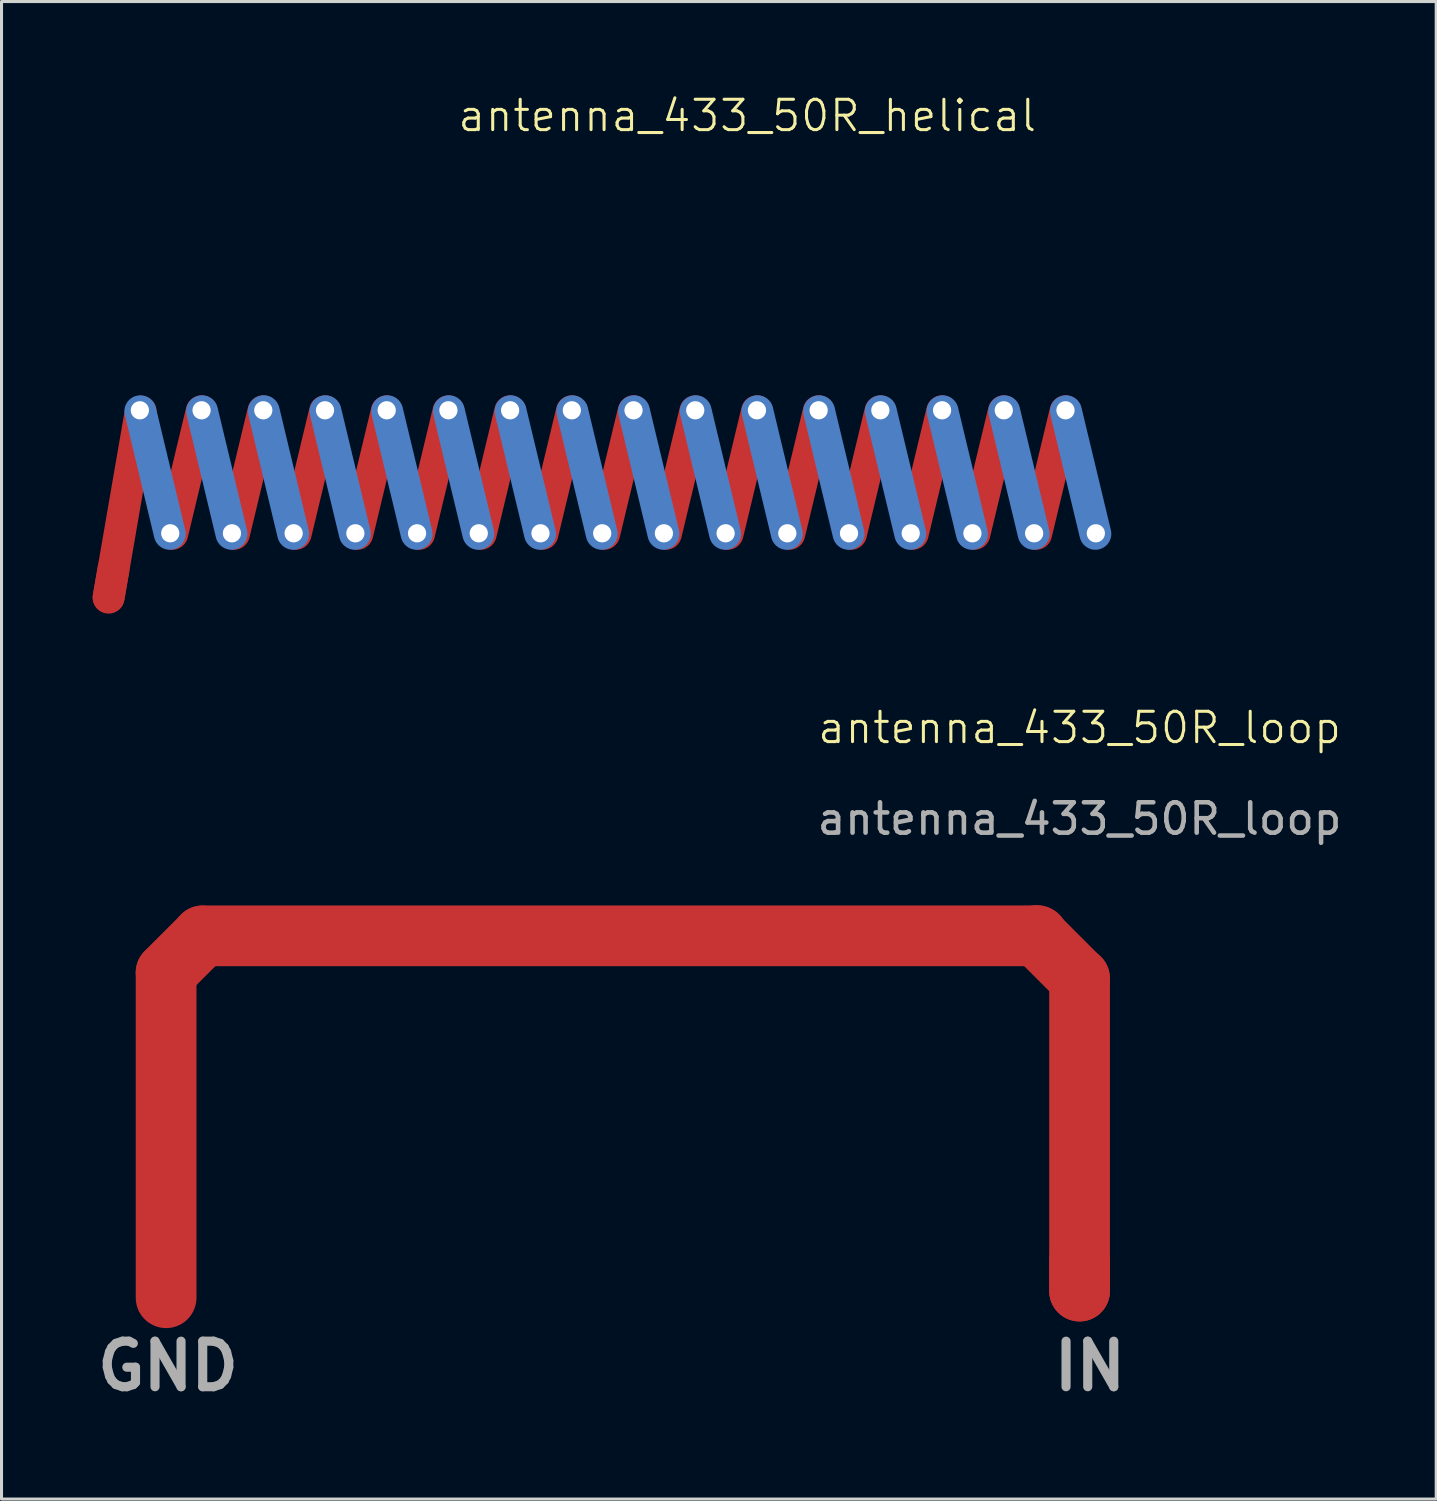
<source format=kicad_pcb>
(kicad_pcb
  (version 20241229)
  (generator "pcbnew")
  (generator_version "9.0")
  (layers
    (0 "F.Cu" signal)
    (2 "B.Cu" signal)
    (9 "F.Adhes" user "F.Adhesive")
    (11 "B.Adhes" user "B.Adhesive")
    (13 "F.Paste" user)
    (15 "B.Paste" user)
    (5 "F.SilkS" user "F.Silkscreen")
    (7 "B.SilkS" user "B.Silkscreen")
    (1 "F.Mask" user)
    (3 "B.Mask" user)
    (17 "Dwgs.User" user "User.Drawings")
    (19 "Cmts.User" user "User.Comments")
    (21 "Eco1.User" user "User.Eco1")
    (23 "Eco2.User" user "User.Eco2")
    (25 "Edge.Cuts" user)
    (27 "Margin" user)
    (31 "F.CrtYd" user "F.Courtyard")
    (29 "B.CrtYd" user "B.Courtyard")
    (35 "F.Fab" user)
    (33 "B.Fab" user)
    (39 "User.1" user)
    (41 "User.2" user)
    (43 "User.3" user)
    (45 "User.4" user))
  (footprint "antenna_433_50R_helical"
    (layer "F.Cu")
    (at 21.556 15.261)
    (property "Reference" "antenna_433_50R_helical" (at 0 -14.5 0) (unlocked yes) (layer "F.SilkS") (effects (font (size 1 1) (thickness 0.1))))
    (attr smd)
    (pad "1" smd oval (at -20.95 0.9 80.2) (size 2 1.05) (layers "F.Cu"))
    (pad "1" smd oval (at -20.5 -1.7 80.2) (size 7.25 1.05) (layers "F.Cu"))
    (pad "1" thru_hole circle (at -20 -4.8) (size 0.9 0.9) (drill 0.6) (layers "*.Cu"))
    (pad "1" smd oval (at -19.5 -2.75 283.5) (size 5.2 1.05) (layers "B.Cu"))
    (pad "1" thru_hole circle (at -19 -0.75) (size 0.9 0.9) (drill 0.6) (layers "*.Cu"))
    (pad "1" smd oval (at -18.45 -2.75 76.5) (size 5.2 1.05) (layers "F.Cu"))
    (pad "1" thru_hole circle (at -17.968 -4.8) (size 0.9 0.9) (drill 0.6) (layers "*.Cu"))
    (pad "1" smd oval (at -17.468 -2.75 283.5) (size 5.2 1.05) (layers "B.Cu"))
    (pad "1" thru_hole circle (at -16.968 -0.75) (size 0.9 0.9) (drill 0.6) (layers "*.Cu"))
    (pad "1" smd oval (at -16.418 -2.75 76.5) (size 5.2 1.05) (layers "F.Cu"))
    (pad "1" thru_hole circle (at -15.936 -4.8) (size 0.9 0.9) (drill 0.6) (layers "*.Cu"))
    (pad "1" smd oval (at -15.436 -2.75 283.5) (size 5.2 1.05) (layers "B.Cu"))
    (pad "1" thru_hole circle (at -14.936 -0.75) (size 0.9 0.9) (drill 0.6) (layers "*.Cu"))
    (pad "1" smd oval (at -14.386 -2.75 76.5) (size 5.2 1.05) (layers "F.Cu"))
    (pad "1" thru_hole circle (at -13.904 -4.8) (size 0.9 0.9) (drill 0.6) (layers "*.Cu"))
    (pad "1" smd oval (at -13.404 -2.75 283.5) (size 5.2 1.05) (layers "B.Cu"))
    (pad "1" thru_hole circle (at -12.904 -0.75) (size 0.9 0.9) (drill 0.6) (layers "*.Cu"))
    (pad "1" smd oval (at -12.354 -2.75 76.5) (size 5.2 1.05) (layers "F.Cu"))
    (pad "1" thru_hole circle (at -11.872 -4.8) (size 0.9 0.9) (drill 0.6) (layers "*.Cu"))
    (pad "1" smd oval (at -11.372 -2.75 283.5) (size 5.2 1.05) (layers "B.Cu"))
    (pad "1" thru_hole circle (at -10.872 -0.75) (size 0.9 0.9) (drill 0.6) (layers "*.Cu"))
    (pad "1" smd oval (at -10.322 -2.75 76.5) (size 5.2 1.05) (layers "F.Cu"))
    (pad "1" thru_hole circle (at -9.84 -4.8) (size 0.9 0.9) (drill 0.6) (layers "*.Cu"))
    (pad "1" smd oval (at -9.34 -2.75 283.5) (size 5.2 1.05) (layers "B.Cu"))
    (pad "1" thru_hole circle (at -8.84 -0.75) (size 0.9 0.9) (drill 0.6) (layers "*.Cu"))
    (pad "1" smd oval (at -8.29 -2.75 76.5) (size 5.2 1.05) (layers "F.Cu"))
    (pad "1" thru_hole circle (at -7.808 -4.8) (size 0.9 0.9) (drill 0.6) (layers "*.Cu"))
    (pad "1" smd oval (at -7.308 -2.75 283.5) (size 5.2 1.05) (layers "B.Cu"))
    (pad "1" thru_hole circle (at -6.808 -0.75) (size 0.9 0.9) (drill 0.6) (layers "*.Cu"))
    (pad "1" smd oval (at -6.258 -2.75 76.5) (size 5.2 1.05) (layers "F.Cu"))
    (pad "1" thru_hole circle (at -5.776 -4.8) (size 0.9 0.9) (drill 0.6) (layers "*.Cu"))
    (pad "1" smd oval (at -5.276 -2.75 283.5) (size 5.2 1.05) (layers "B.Cu"))
    (pad "1" thru_hole circle (at -4.776 -0.75) (size 0.9 0.9) (drill 0.6) (layers "*.Cu"))
    (pad "1" smd oval (at -4.226 -2.75 76.5) (size 5.2 1.05) (layers "F.Cu"))
    (pad "1" thru_hole circle (at -3.744 -4.8) (size 0.9 0.9) (drill 0.6) (layers "*.Cu"))
    (pad "1" smd oval (at -3.244 -2.75 283.5) (size 5.2 1.05) (layers "B.Cu"))
    (pad "1" thru_hole circle (at -2.744 -0.75) (size 0.9 0.9) (drill 0.6) (layers "*.Cu"))
    (pad "1" smd oval (at -2.194 -2.75 76.5) (size 5.2 1.05) (layers "F.Cu"))
    (pad "1" thru_hole circle (at -1.712 -4.8) (size 0.9 0.9) (drill 0.6) (layers "*.Cu"))
    (pad "1" smd oval (at -1.212 -2.75 283.5) (size 5.2 1.05) (layers "B.Cu"))
    (pad "1" thru_hole circle (at -0.712 -0.75) (size 0.9 0.9) (drill 0.6) (layers "*.Cu"))
    (pad "1" smd oval (at -0.162 -2.75 76.5) (size 5.2 1.05) (layers "F.Cu"))
    (pad "1" thru_hole circle (at 0.32 -4.8) (size 0.9 0.9) (drill 0.6) (layers "*.Cu"))
    (pad "1" smd oval (at 0.82 -2.75 283.5) (size 5.2 1.05) (layers "B.Cu"))
    (pad "1" thru_hole circle (at 1.32 -0.75) (size 0.9 0.9) (drill 0.6) (layers "*.Cu"))
    (pad "1" smd oval (at 1.87 -2.75 76.5) (size 5.2 1.05) (layers "F.Cu"))
    (pad "1" thru_hole circle (at 2.352 -4.8) (size 0.9 0.9) (drill 0.6) (layers "*.Cu"))
    (pad "1" smd oval (at 2.852 -2.75 283.5) (size 5.2 1.05) (layers "B.Cu"))
    (pad "1" thru_hole circle (at 3.352 -0.75) (size 0.9 0.9) (drill 0.6) (layers "*.Cu"))
    (pad "1" smd oval (at 3.902 -2.75 76.5) (size 5.2 1.05) (layers "F.Cu"))
    (pad "1" thru_hole circle (at 4.384 -4.8) (size 0.9 0.9) (drill 0.6) (layers "*.Cu"))
    (pad "1" smd oval (at 4.884 -2.75 283.5) (size 5.2 1.05) (layers "B.Cu"))
    (pad "1" thru_hole circle (at 5.384 -0.75) (size 0.9 0.9) (drill 0.6) (layers "*.Cu"))
    (pad "1" smd oval (at 5.934 -2.75 76.5) (size 5.2 1.05) (layers "F.Cu"))
    (pad "1" thru_hole circle (at 6.416 -4.8) (size 0.9 0.9) (drill 0.6) (layers "*.Cu"))
    (pad "1" smd oval (at 6.916 -2.75 283.5) (size 5.2 1.05) (layers "B.Cu"))
    (pad "1" thru_hole circle (at 7.416 -0.75) (size 0.9 0.9) (drill 0.6) (layers "*.Cu"))
    (pad "1" smd oval (at 7.966 -2.75 76.5) (size 5.2 1.05) (layers "F.Cu"))
    (pad "1" thru_hole circle (at 8.448 -4.8) (size 0.9 0.9) (drill 0.6) (layers "*.Cu"))
    (pad "1" smd oval (at 8.948 -2.75 283.5) (size 5.2 1.05) (layers "B.Cu"))
    (pad "1" thru_hole circle (at 9.448 -0.75) (size 0.9 0.9) (drill 0.6) (layers "*.Cu"))
    (pad "1" smd oval (at 9.998 -2.75 76.5) (size 5.2 1.05) (layers "F.Cu"))
    (pad "1" thru_hole circle (at 10.48 -4.8) (size 0.9 0.9) (drill 0.6) (layers "*.Cu"))
    (pad "1" smd oval (at 10.98 -2.75 283.5) (size 5.2 1.05) (layers "B.Cu"))
    (pad "1" thru_hole circle (at 11.48 -0.75) (size 0.9 0.9) (drill 0.6) (layers "*.Cu"))
    (zone (net_name "") (layers "F.Cu" "B.Cu") (hatch full 0.5) (connect_pads) (min_thickness 0.25) (filled_areas_thickness no) (keepout (tracks not_allowed) (vias not_allowed) (pads allowed) (copperpour not_allowed) (footprints not_allowed)) (placement (enabled no)) (fill) (polygon (pts (xy 0.056 9.761) (xy 34.056 9.761) (xy 34.056 16.261) (xy 2.556 16.261) (xy 2.256 16.261) (xy 1.606 15.511) (xy 0.056 15.511)))))
  (footprint "antenna_433_50R_loop"
    (layer "F.Cu")
    (at 32.5 30.814)
    (property "Reference" "antenna_433_50R_loop" (at 0 -9.9 0) (unlocked yes) (layer "F.SilkS") (effects (font (size 1 1) (thickness 0.1))))
    (fp_text user "${REFERENCE}" (at 0 -6.9 0) (unlocked yes) (layer "F.Fab") (effects (font (size 1 1) (thickness 0.15))))
    (fp_text user "IN" (at -1 12 0) (unlocked yes) (layer "F.Fab") (effects (font (size 1.5 1.5) (thickness 0.3) (bold yes)) (justify left bottom)))
    (fp_text user "GND" (at -32.5 12 0) (unlocked yes) (layer "F.Fab") (effects (font (size 1.5 1.5) (thickness 0.3) (bold yes)) (justify left bottom)))
    (pad "1" smd oval (at -0.71 -2.35 45) (size 2 4) (layers "F.Cu"))
    (pad "1" smd oval (at 0 3.5) (size 2 12.3) (layers "F.Cu"))
    (pad "1" smd oval (at 0 8.15) (size 2 3) (layers "F.Cu"))
    (pad "2" smd oval (at -30.08 3.52) (size 2 12.7) (layers "F.Cu"))
    (pad "2" smd oval (at -29.48 -2.44 135) (size 2 3.7) (layers "F.Cu"))
    (pad "2" smd oval (at -15.127 -3.048 90) (size 2 29.5) (layers "F.Cu"))
    (zone (net_name "") (layers "F.Cu" "B.Cu") (hatch full 0.5) (connect_pads) (min_thickness 0.25) (filled_areas_thickness no) (keepout (tracks not_allowed) (vias not_allowed) (pads allowed) (copperpour not_allowed) (footprints not_allowed)) (placement (enabled no)) (fill) (polygon (pts (xy 1 39.814) (xy 4 39.814) (xy 4 43.314) (xy 30 43.314) (xy 30 37.814) (xy 34 37.814) (xy 34 27.814) (xy 32.5 26.314) (xy 2.5 26.314) (xy 1 27.814)))))
  (gr_rect
    (start -3 -3)
    (end 44.244 46.314)
    (stroke (width 0.1) (type default))
    (fill no)
    (layer "Edge.Cuts")))
</source>
